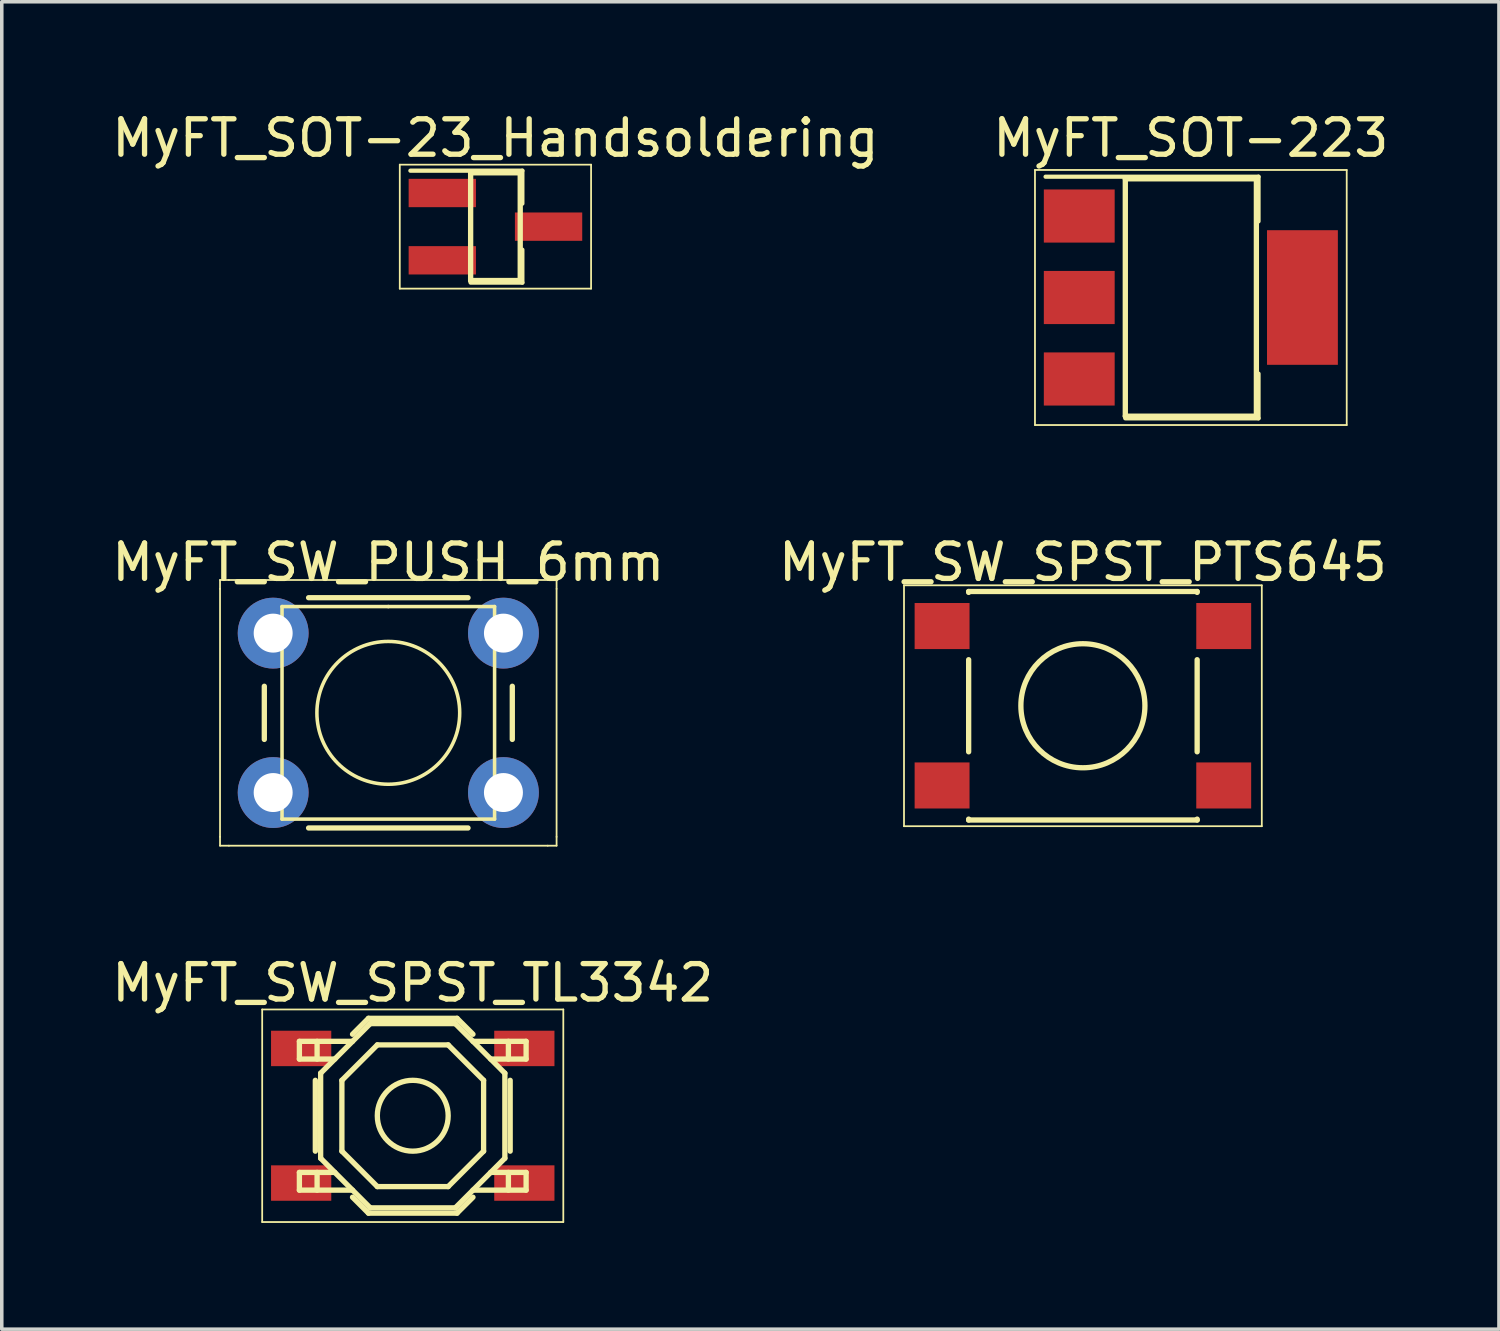
<source format=kicad_pcb>
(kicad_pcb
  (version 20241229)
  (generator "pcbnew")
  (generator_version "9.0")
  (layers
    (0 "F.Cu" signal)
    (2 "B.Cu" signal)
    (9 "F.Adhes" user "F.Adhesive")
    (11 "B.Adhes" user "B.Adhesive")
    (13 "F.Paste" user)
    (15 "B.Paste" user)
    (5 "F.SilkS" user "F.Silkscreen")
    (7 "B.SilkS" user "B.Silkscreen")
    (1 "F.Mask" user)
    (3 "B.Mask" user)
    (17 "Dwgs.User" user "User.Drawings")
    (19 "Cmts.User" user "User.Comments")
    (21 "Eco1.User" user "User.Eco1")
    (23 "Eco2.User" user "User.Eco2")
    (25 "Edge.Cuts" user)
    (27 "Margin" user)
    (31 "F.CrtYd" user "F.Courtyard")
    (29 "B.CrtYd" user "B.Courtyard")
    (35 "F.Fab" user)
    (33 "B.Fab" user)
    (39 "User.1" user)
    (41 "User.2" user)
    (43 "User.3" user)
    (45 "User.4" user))
  (footprint "MyFT_SW_SPST_TL3342"
    (layer "F.Cu")
    (at 8.601 28.445)
    (property "Reference" "MyFT_SW_SPST_TL3342" (at 0 -3.75 0) (layer "F.SilkS") (effects (font (size 1 1) (thickness 0.15))))
    (attr smd)
    (fp_line (start -4.25 -3) (end 4.25 -3) (stroke (width 0.05) (type solid)) (layer "F.SilkS"))
    (fp_line (start -4.25 3) (end -4.25 -3) (stroke (width 0.05) (type solid)) (layer "F.SilkS"))
    (fp_line (start -3.2 -2.1) (end -3.2 -1.6) (stroke (width 0.15) (type solid)) (layer "F.SilkS"))
    (fp_line (start -3.2 -1.6) (end -2.2 -1.6) (stroke (width 0.15) (type solid)) (layer "F.SilkS"))
    (fp_line (start -3.2 1.6) (end -2.2 1.6) (stroke (width 0.15) (type solid)) (layer "F.SilkS"))
    (fp_line (start -3.2 2.1) (end -3.2 1.6) (stroke (width 0.15) (type solid)) (layer "F.SilkS"))
    (fp_line (start -2.75 -1) (end -2.75 1) (stroke (width 0.15) (type solid)) (layer "F.SilkS"))
    (fp_line (start -2.7 -2.1) (end -2.7 -1.6) (stroke (width 0.15) (type solid)) (layer "F.SilkS"))
    (fp_line (start -2.7 2.1) (end -2.7 1.6) (stroke (width 0.15) (type solid)) (layer "F.SilkS"))
    (fp_line (start -2.6 -1.2) (end -2.6 1.2) (stroke (width 0.15) (type solid)) (layer "F.SilkS"))
    (fp_line (start -2.6 1.2) (end -1.2 2.6) (stroke (width 0.15) (type solid)) (layer "F.SilkS"))
    (fp_line (start -2 -1) (end -1 -2) (stroke (width 0.15) (type solid)) (layer "F.SilkS"))
    (fp_line (start -2 1) (end -2 -1) (stroke (width 0.15) (type solid)) (layer "F.SilkS"))
    (fp_line (start -1.7 -2.3) (end -1.25 -2.75) (stroke (width 0.15) (type solid)) (layer "F.SilkS"))
    (fp_line (start -1.7 -2.1) (end -3.2 -2.1) (stroke (width 0.15) (type solid)) (layer "F.SilkS"))
    (fp_line (start -1.7 2.1) (end -3.2 2.1) (stroke (width 0.15) (type solid)) (layer "F.SilkS"))
    (fp_line (start -1.7 2.3) (end -1.25 2.75) (stroke (width 0.15) (type solid)) (layer "F.SilkS"))
    (fp_line (start -1.25 -2.75) (end 1.25 -2.75) (stroke (width 0.15) (type solid)) (layer "F.SilkS"))
    (fp_line (start -1.25 2.75) (end 1.25 2.75) (stroke (width 0.15) (type solid)) (layer "F.SilkS"))
    (fp_line (start -1.2 -2.6) (end -2.6 -1.2) (stroke (width 0.15) (type solid)) (layer "F.SilkS"))
    (fp_line (start -1.2 2.6) (end 1.2 2.6) (stroke (width 0.15) (type solid)) (layer "F.SilkS"))
    (fp_line (start -1 -2) (end 1 -2) (stroke (width 0.15) (type solid)) (layer "F.SilkS"))
    (fp_line (start -1 2) (end -2 1) (stroke (width 0.15) (type solid)) (layer "F.SilkS"))
    (fp_line (start 1 -2) (end 2 -1) (stroke (width 0.15) (type solid)) (layer "F.SilkS"))
    (fp_line (start 1 2) (end -1 2) (stroke (width 0.15) (type solid)) (layer "F.SilkS"))
    (fp_line (start 1.2 -2.6) (end -1.2 -2.6) (stroke (width 0.15) (type solid)) (layer "F.SilkS"))
    (fp_line (start 1.2 2.6) (end 2.6 1.2) (stroke (width 0.15) (type solid)) (layer "F.SilkS"))
    (fp_line (start 1.7 -2.3) (end 1.25 -2.75) (stroke (width 0.15) (type solid)) (layer "F.SilkS"))
    (fp_line (start 1.7 -2.1) (end 3.2 -2.1) (stroke (width 0.15) (type solid)) (layer "F.SilkS"))
    (fp_line (start 1.7 2.1) (end 3.2 2.1) (stroke (width 0.15) (type solid)) (layer "F.SilkS"))
    (fp_line (start 1.7 2.3) (end 1.25 2.75) (stroke (width 0.15) (type solid)) (layer "F.SilkS"))
    (fp_line (start 2 -1) (end 2 1) (stroke (width 0.15) (type solid)) (layer "F.SilkS"))
    (fp_line (start 2 1) (end 1 2) (stroke (width 0.15) (type solid)) (layer "F.SilkS"))
    (fp_line (start 2.6 -1.2) (end 1.2 -2.6) (stroke (width 0.15) (type solid)) (layer "F.SilkS"))
    (fp_line (start 2.6 1.2) (end 2.6 -1.2) (stroke (width 0.15) (type solid)) (layer "F.SilkS"))
    (fp_line (start 2.7 -2.1) (end 2.7 -1.6) (stroke (width 0.15) (type solid)) (layer "F.SilkS"))
    (fp_line (start 2.7 2.1) (end 2.7 1.6) (stroke (width 0.15) (type solid)) (layer "F.SilkS"))
    (fp_line (start 2.75 -1) (end 2.75 1) (stroke (width 0.15) (type solid)) (layer "F.SilkS"))
    (fp_line (start 3.2 -2.1) (end 3.2 -1.6) (stroke (width 0.15) (type solid)) (layer "F.SilkS"))
    (fp_line (start 3.2 -1.6) (end 2.2 -1.6) (stroke (width 0.15) (type solid)) (layer "F.SilkS"))
    (fp_line (start 3.2 1.6) (end 2.2 1.6) (stroke (width 0.15) (type solid)) (layer "F.SilkS"))
    (fp_line (start 3.2 2.1) (end 3.2 1.6) (stroke (width 0.15) (type solid)) (layer "F.SilkS"))
    (fp_line (start 4.25 -3) (end 4.25 3) (stroke (width 0.05) (type solid)) (layer "F.SilkS"))
    (fp_line (start 4.25 3) (end -4.25 3) (stroke (width 0.05) (type solid)) (layer "F.SilkS"))
    (fp_circle (center 0 0) (end 1 0) (stroke (width 0.15) (type solid)) (fill no) (layer "F.SilkS"))
    (pad "1" smd rect (at -3.15 -1.9) (size 1.7 1) (layers "F.Cu" "F.Mask" "F.Paste"))
    (pad "1" smd rect (at 3.15 -1.9) (size 1.7 1) (layers "F.Cu" "F.Mask" "F.Paste"))
    (pad "2" smd rect (at -3.15 1.9) (size 1.7 1) (layers "F.Cu" "F.Mask" "F.Paste"))
    (pad "2" smd rect (at 3.15 1.9) (size 1.7 1) (layers "F.Cu" "F.Mask" "F.Paste")))
  (footprint "MyFT_SOT-223"
    (layer "F.Cu")
    (at 30.565 5.348)
    (property "Reference" "MyFT_SOT-223" (at 0 -4.5 0) (layer "F.SilkS") (effects (font (size 1 1) (thickness 0.15))))
    (attr smd)
    (fp_line (start -4.4 -3.6) (end -4.4 3.6) (stroke (width 0.05) (type solid)) (layer "F.SilkS"))
    (fp_line (start -4.4 3.6) (end 4.4 3.6) (stroke (width 0.05) (type solid)) (layer "F.SilkS"))
    (fp_line (start -4.1 -3.41) (end 1.91 -3.41) (stroke (width 0.12) (type solid)) (layer "F.SilkS"))
    (fp_line (start -1.85 -3.35) (end -1.85 3.35) (stroke (width 0.15) (type solid)) (layer "F.SilkS"))
    (fp_line (start -1.85 -3.35) (end 1.85 -3.35) (stroke (width 0.15) (type solid)) (layer "F.SilkS"))
    (fp_line (start -1.85 3.35) (end 1.85 3.35) (stroke (width 0.15) (type solid)) (layer "F.SilkS"))
    (fp_line (start -1.85 3.41) (end 1.91 3.41) (stroke (width 0.12) (type solid)) (layer "F.SilkS"))
    (fp_line (start 1.85 -3.35) (end 1.85 3.35) (stroke (width 0.15) (type solid)) (layer "F.SilkS"))
    (fp_line (start 1.91 -3.41) (end 1.91 -2.15) (stroke (width 0.12) (type solid)) (layer "F.SilkS"))
    (fp_line (start 1.91 3.41) (end 1.91 2.15) (stroke (width 0.12) (type solid)) (layer "F.SilkS"))
    (fp_line (start 4.4 -3.6) (end -4.4 -3.6) (stroke (width 0.05) (type solid)) (layer "F.SilkS"))
    (fp_line (start 4.4 3.6) (end 4.4 -3.6) (stroke (width 0.05) (type solid)) (layer "F.SilkS"))
    (pad "1" smd rect (at -3.15 -2.3) (size 2 1.5) (layers "F.Cu" "F.Mask" "F.Paste"))
    (pad "2" smd rect (at -3.15 0) (size 2 1.5) (layers "F.Cu" "F.Mask" "F.Paste"))
    (pad "3" smd rect (at -3.15 2.3) (size 2 1.5) (layers "F.Cu" "F.Mask" "F.Paste"))
    (pad "4" smd rect (at 3.15 0) (size 2 3.8) (layers "F.Cu" "F.Mask" "F.Paste")))
  (footprint "MyFT_SW_PUSH_6mm"
    (layer "F.Cu")
    (at 4.661 14.822)
    (property "Reference" "MyFT_SW_PUSH_6mm" (at 3.25 -2 0) (layer "F.SilkS") (effects (font (size 1 1) (thickness 0.15))))
    (attr through_hole)
    (fp_line (start -1.5 -1.5) (end -1.25 -1.5) (stroke (width 0.05) (type solid)) (layer "F.SilkS"))
    (fp_line (start -1.5 -1.25) (end -1.5 -1.5) (stroke (width 0.05) (type solid)) (layer "F.SilkS"))
    (fp_line (start -1.5 5.75) (end -1.5 -1.25) (stroke (width 0.05) (type solid)) (layer "F.SilkS"))
    (fp_line (start -1.5 5.75) (end -1.5 6) (stroke (width 0.05) (type solid)) (layer "F.SilkS"))
    (fp_line (start -1.5 6) (end -1.25 6) (stroke (width 0.05) (type solid)) (layer "F.SilkS"))
    (fp_line (start -1.25 -1.5) (end 7.75 -1.5) (stroke (width 0.05) (type solid)) (layer "F.SilkS"))
    (fp_line (start -0.25 1.5) (end -0.25 3) (stroke (width 0.15) (type solid)) (layer "F.SilkS"))
    (fp_line (start 0.25 -0.75) (end 3.25 -0.75) (stroke (width 0.1) (type solid)) (layer "F.SilkS"))
    (fp_line (start 0.25 5.25) (end 0.25 -0.75) (stroke (width 0.1) (type solid)) (layer "F.SilkS"))
    (fp_line (start 1 5.5) (end 5.5 5.5) (stroke (width 0.15) (type solid)) (layer "F.SilkS"))
    (fp_line (start 3.25 -0.75) (end 6.25 -0.75) (stroke (width 0.1) (type solid)) (layer "F.SilkS"))
    (fp_line (start 5.5 -1) (end 1 -1) (stroke (width 0.15) (type solid)) (layer "F.SilkS"))
    (fp_line (start 6.25 -0.75) (end 6.25 5.25) (stroke (width 0.1) (type solid)) (layer "F.SilkS"))
    (fp_line (start 6.25 5.25) (end 0.25 5.25) (stroke (width 0.1) (type solid)) (layer "F.SilkS"))
    (fp_line (start 6.75 3) (end 6.75 1.5) (stroke (width 0.15) (type solid)) (layer "F.SilkS"))
    (fp_line (start 7.75 -1.5) (end 8 -1.5) (stroke (width 0.05) (type solid)) (layer "F.SilkS"))
    (fp_line (start 7.75 6) (end -1.25 6) (stroke (width 0.05) (type solid)) (layer "F.SilkS"))
    (fp_line (start 7.75 6) (end 8 6) (stroke (width 0.05) (type solid)) (layer "F.SilkS"))
    (fp_line (start 8 -1.5) (end 8 -1.25) (stroke (width 0.05) (type solid)) (layer "F.SilkS"))
    (fp_line (start 8 -1.25) (end 8 5.75) (stroke (width 0.05) (type solid)) (layer "F.SilkS"))
    (fp_line (start 8 6) (end 8 5.75) (stroke (width 0.05) (type solid)) (layer "F.SilkS"))
    (fp_circle (center 3.25 2.25) (end 1.25 2.5) (stroke (width 0.1) (type solid)) (fill no) (layer "F.SilkS"))
    (pad "1" thru_hole circle (at 0 0 90) (size 2 2) (drill 1.1) (layers "*.Cu" "*.Mask"))
    (pad "1" thru_hole circle (at 6.5 0 90) (size 2 2) (drill 1.1) (layers "*.Cu" "*.Mask"))
    (pad "2" thru_hole circle (at 0 4.5 90) (size 2 2) (drill 1.1) (layers "*.Cu" "*.Mask"))
    (pad "2" thru_hole circle (at 6.5 4.5 90) (size 2 2) (drill 1.1) (layers "*.Cu" "*.Mask")))
  (footprint "MyFT_SOT-23_Handsoldering"
    (layer "F.Cu")
    (at 10.935 3.348)
    (property "Reference" "MyFT_SOT-23_Handsoldering" (at 0 -2.5 0) (layer "F.SilkS") (effects (font (size 1 1) (thickness 0.15))))
    (attr smd)
    (fp_line (start -2.7 -1.75) (end 2.7 -1.75) (stroke (width 0.05) (type solid)) (layer "F.SilkS"))
    (fp_line (start -2.7 1.75) (end -2.7 -1.75) (stroke (width 0.05) (type solid)) (layer "F.SilkS"))
    (fp_line (start -0.7 -1.52) (end -0.7 1.52) (stroke (width 0.15) (type solid)) (layer "F.SilkS"))
    (fp_line (start -0.7 -1.52) (end 0.7 -1.52) (stroke (width 0.15) (type solid)) (layer "F.SilkS"))
    (fp_line (start -0.7 1.52) (end 0.7 1.52) (stroke (width 0.15) (type solid)) (layer "F.SilkS"))
    (fp_line (start 0.7 -1.52) (end 0.7 1.52) (stroke (width 0.15) (type solid)) (layer "F.SilkS"))
    (fp_line (start 0.76 -1.58) (end -2.4 -1.58) (stroke (width 0.12) (type solid)) (layer "F.SilkS"))
    (fp_line (start 0.76 -1.58) (end 0.76 -0.65) (stroke (width 0.12) (type solid)) (layer "F.SilkS"))
    (fp_line (start 0.76 1.58) (end -0.7 1.58) (stroke (width 0.12) (type solid)) (layer "F.SilkS"))
    (fp_line (start 0.76 1.58) (end 0.76 0.65) (stroke (width 0.12) (type solid)) (layer "F.SilkS"))
    (fp_line (start 2.7 -1.75) (end 2.7 1.75) (stroke (width 0.05) (type solid)) (layer "F.SilkS"))
    (fp_line (start 2.7 1.75) (end -2.7 1.75) (stroke (width 0.05) (type solid)) (layer "F.SilkS"))
    (pad "1" smd rect (at -1.5 -0.95) (size 1.9 0.8) (layers "F.Cu" "F.Mask" "F.Paste"))
    (pad "2" smd rect (at -1.5 0.95) (size 1.9 0.8) (layers "F.Cu" "F.Mask" "F.Paste"))
    (pad "3" smd rect (at 1.5 0) (size 1.9 0.8) (layers "F.Cu" "F.Mask" "F.Paste")))
  (footprint "MyFT_SW_SPST_PTS645"
    (layer "F.Cu")
    (at 27.518 16.872)
    (property "Reference" "MyFT_SW_SPST_PTS645" (at 0 -4.05 0) (layer "F.SilkS") (effects (font (size 1 1) (thickness 0.15))))
    (attr smd)
    (fp_line (start -5.05 -3.4) (end -5.05 3.4) (stroke (width 0.05) (type solid)) (layer "F.SilkS"))
    (fp_line (start -5.05 -3.4) (end 5.05 -3.4) (stroke (width 0.05) (type solid)) (layer "F.SilkS"))
    (fp_line (start -5.05 3.4) (end 5.05 3.4) (stroke (width 0.05) (type solid)) (layer "F.SilkS"))
    (fp_line (start -3.225 -3.225) (end 3.225 -3.225) (stroke (width 0.15) (type solid)) (layer "F.SilkS"))
    (fp_line (start -3.225 -3.2) (end -3.225 -3.225) (stroke (width 0.15) (type solid)) (layer "F.SilkS"))
    (fp_line (start -3.225 -1.3) (end -3.225 1.3) (stroke (width 0.15) (type solid)) (layer "F.SilkS"))
    (fp_line (start -3.225 3.225) (end -3.225 3.2) (stroke (width 0.15) (type solid)) (layer "F.SilkS"))
    (fp_line (start -3.225 3.225) (end 3.225 3.225) (stroke (width 0.15) (type solid)) (layer "F.SilkS"))
    (fp_line (start 3.225 -3.225) (end 3.225 -3.2) (stroke (width 0.15) (type solid)) (layer "F.SilkS"))
    (fp_line (start 3.225 -1.3) (end 3.225 1.3) (stroke (width 0.15) (type solid)) (layer "F.SilkS"))
    (fp_line (start 3.225 3.225) (end 3.225 3.2) (stroke (width 0.15) (type solid)) (layer "F.SilkS"))
    (fp_line (start 5.05 3.4) (end 5.05 -3.4) (stroke (width 0.05) (type solid)) (layer "F.SilkS"))
    (fp_circle (center 0 0) (end 1.75 -0.05) (stroke (width 0.15) (type solid)) (fill no) (layer "F.SilkS"))
    (pad "1" smd rect (at -3.975 -2.25) (size 1.55 1.3) (layers "F.Cu" "F.Mask" "F.Paste"))
    (pad "1" smd rect (at 3.975 -2.25) (size 1.55 1.3) (layers "F.Cu" "F.Mask" "F.Paste"))
    (pad "2" smd rect (at -3.975 2.25) (size 1.55 1.3) (layers "F.Cu" "F.Mask" "F.Paste"))
    (pad "2" smd rect (at 3.975 2.25) (size 1.55 1.3) (layers "F.Cu" "F.Mask" "F.Paste")))
  (gr_rect
    (start -3 -3)
    (end 39.262 34.47)
    (stroke (width 0.1) (type default))
    (fill no)
    (layer "Edge.Cuts")))
</source>
